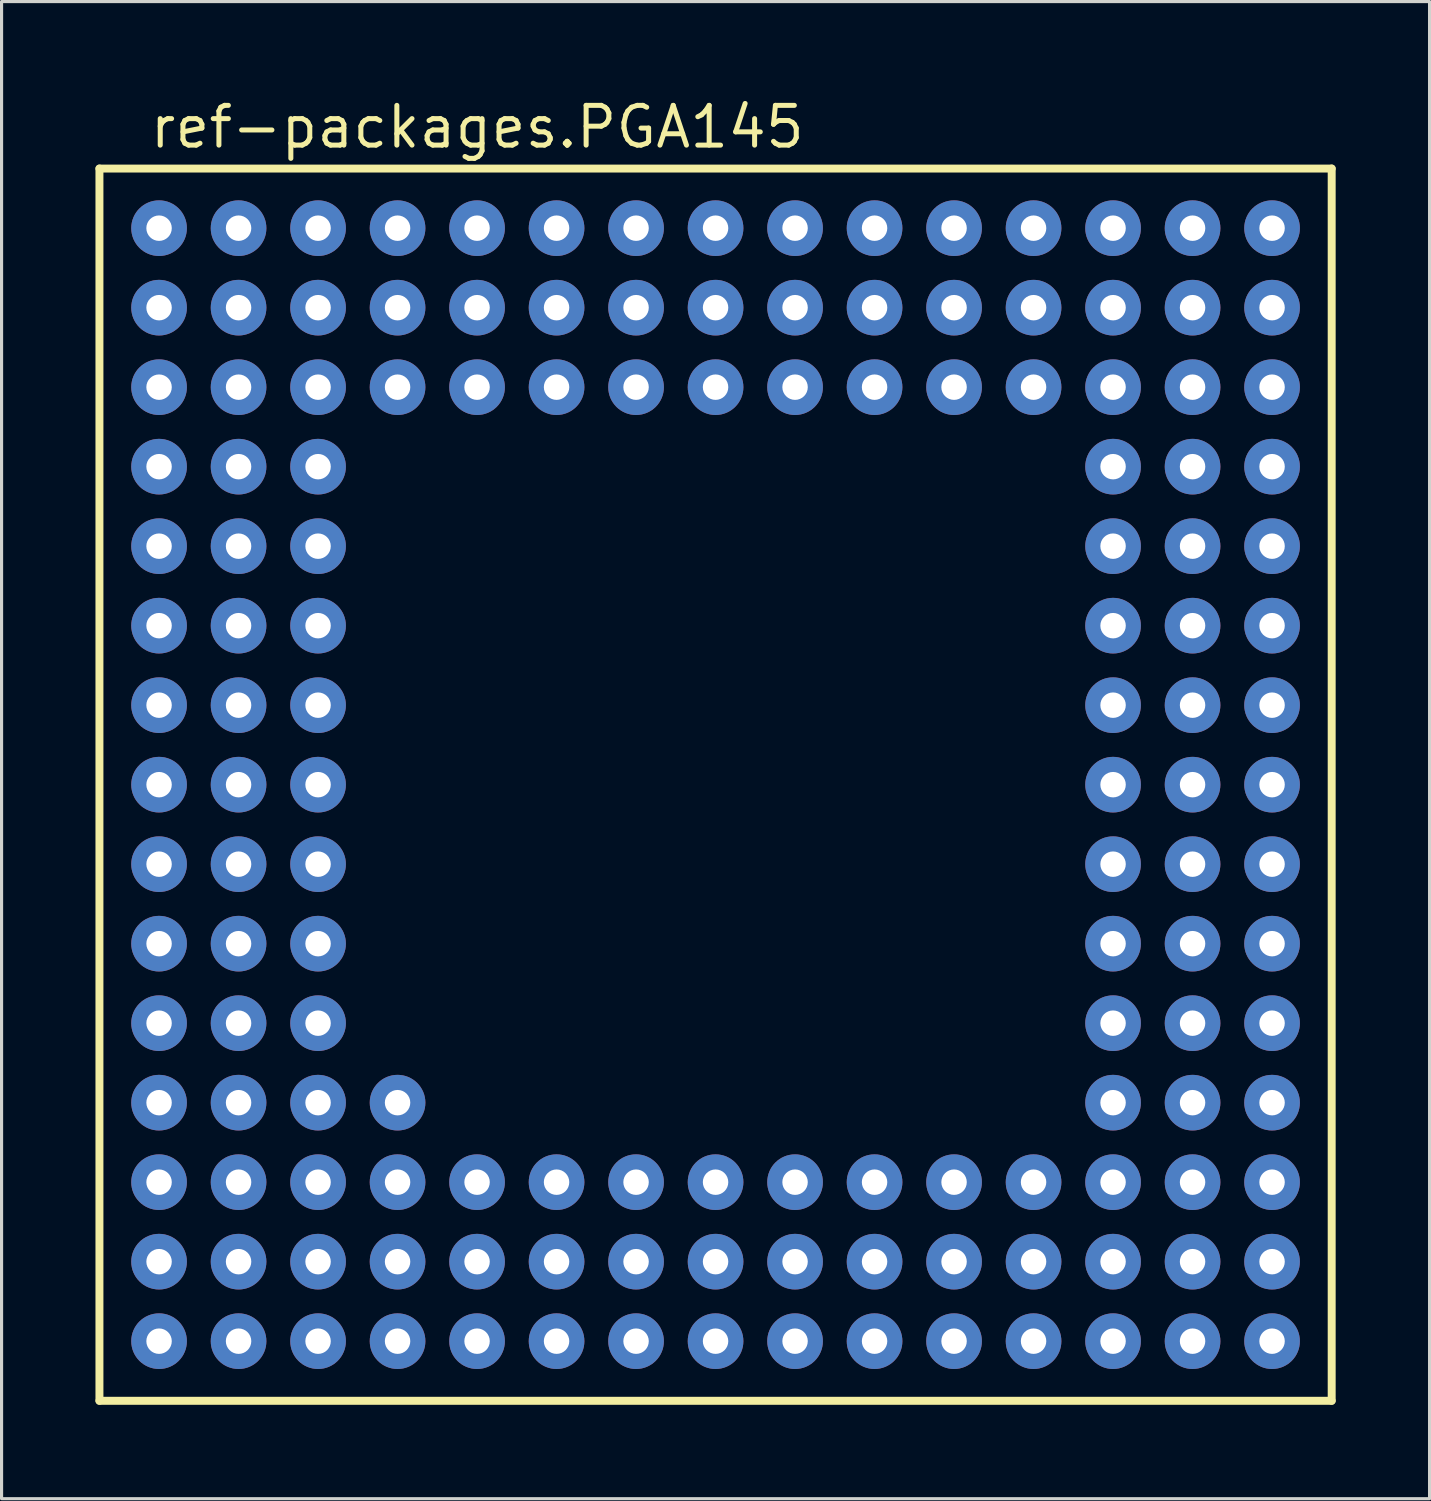
<source format=kicad_pcb>
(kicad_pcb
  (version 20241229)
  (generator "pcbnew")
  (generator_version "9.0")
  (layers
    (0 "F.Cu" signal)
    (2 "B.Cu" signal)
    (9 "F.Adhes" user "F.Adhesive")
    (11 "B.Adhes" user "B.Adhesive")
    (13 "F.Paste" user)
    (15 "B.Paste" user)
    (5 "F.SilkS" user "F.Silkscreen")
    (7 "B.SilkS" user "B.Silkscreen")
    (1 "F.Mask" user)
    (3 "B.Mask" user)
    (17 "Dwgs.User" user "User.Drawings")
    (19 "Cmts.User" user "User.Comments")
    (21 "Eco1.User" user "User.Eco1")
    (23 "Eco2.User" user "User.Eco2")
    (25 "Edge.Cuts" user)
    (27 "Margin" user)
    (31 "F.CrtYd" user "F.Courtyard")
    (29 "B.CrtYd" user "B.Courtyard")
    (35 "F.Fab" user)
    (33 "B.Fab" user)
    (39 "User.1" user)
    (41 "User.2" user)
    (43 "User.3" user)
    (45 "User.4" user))
  (footprint "ref-packages.PGA145"
    (layer "F.Cu")
    (at 19.812 22.02)
    (property "Reference" "ref-packages.PGA145" (at -18.15 -20.27 0) (layer "F.SilkS") (effects (font (size 1.27 1.27) (thickness 0.16)) (justify left bottom)))
    (attr through_hole)
    (fp_line (start -19.685 -19.685) (end 19.685 -19.685) (stroke (width 0.254) (type default)) (layer "F.SilkS"))
    (fp_line (start -19.685 19.685) (end -19.685 -19.685) (stroke (width 0.254) (type default)) (layer "F.SilkS"))
    (fp_line (start 19.685 -19.685) (end 19.685 19.685) (stroke (width 0.254) (type default)) (layer "F.SilkS"))
    (fp_line (start 19.685 19.685) (end -19.685 19.685) (stroke (width 0.254) (type default)) (layer "F.SilkS"))
    (pad "A1" thru_hole circle (at -17.78 -17.78) (size 1.778 1.778) (drill 0.813) (layers "*.Cu" "*.Mask"))
    (pad "A2" thru_hole circle (at -15.24 -17.78) (size 1.778 1.778) (drill 0.813) (layers "*.Cu" "*.Mask"))
    (pad "A3" thru_hole circle (at -12.7 -17.78) (size 1.778 1.778) (drill 0.813) (layers "*.Cu" "*.Mask"))
    (pad "A4" thru_hole circle (at -10.16 -17.78) (size 1.778 1.778) (drill 0.813) (layers "*.Cu" "*.Mask"))
    (pad "A5" thru_hole circle (at -7.62 -17.78) (size 1.778 1.778) (drill 0.813) (layers "*.Cu" "*.Mask"))
    (pad "A6" thru_hole circle (at -5.08 -17.78) (size 1.778 1.778) (drill 0.813) (layers "*.Cu" "*.Mask"))
    (pad "A7" thru_hole circle (at -2.54 -17.78) (size 1.778 1.778) (drill 0.813) (layers "*.Cu" "*.Mask"))
    (pad "A8" thru_hole circle (at 0 -17.78) (size 1.778 1.778) (drill 0.813) (layers "*.Cu" "*.Mask"))
    (pad "A9" thru_hole circle (at 2.54 -17.78) (size 1.778 1.778) (drill 0.813) (layers "*.Cu" "*.Mask"))
    (pad "A10" thru_hole circle (at 5.08 -17.78) (size 1.778 1.778) (drill 0.813) (layers "*.Cu" "*.Mask"))
    (pad "A11" thru_hole circle (at 7.62 -17.78) (size 1.778 1.778) (drill 0.813) (layers "*.Cu" "*.Mask"))
    (pad "A12" thru_hole circle (at 10.16 -17.78) (size 1.778 1.778) (drill 0.813) (layers "*.Cu" "*.Mask"))
    (pad "A13" thru_hole circle (at 12.7 -17.78) (size 1.778 1.778) (drill 0.813) (layers "*.Cu" "*.Mask"))
    (pad "A14" thru_hole circle (at 15.24 -17.78) (size 1.778 1.778) (drill 0.813) (layers "*.Cu" "*.Mask"))
    (pad "A15" thru_hole circle (at 17.78 -17.78) (size 1.778 1.778) (drill 0.813) (layers "*.Cu" "*.Mask"))
    (pad "B1" thru_hole circle (at -17.78 -15.24) (size 1.778 1.778) (drill 0.813) (layers "*.Cu" "*.Mask"))
    (pad "B2" thru_hole circle (at -15.24 -15.24) (size 1.778 1.778) (drill 0.813) (layers "*.Cu" "*.Mask"))
    (pad "B3" thru_hole circle (at -12.7 -15.24) (size 1.778 1.778) (drill 0.813) (layers "*.Cu" "*.Mask"))
    (pad "B4" thru_hole circle (at -10.16 -15.24) (size 1.778 1.778) (drill 0.813) (layers "*.Cu" "*.Mask"))
    (pad "B5" thru_hole circle (at -7.62 -15.24) (size 1.778 1.778) (drill 0.813) (layers "*.Cu" "*.Mask"))
    (pad "B6" thru_hole circle (at -5.08 -15.24) (size 1.778 1.778) (drill 0.813) (layers "*.Cu" "*.Mask"))
    (pad "B7" thru_hole circle (at -2.54 -15.24) (size 1.778 1.778) (drill 0.813) (layers "*.Cu" "*.Mask"))
    (pad "B8" thru_hole circle (at 0 -15.24) (size 1.778 1.778) (drill 0.813) (layers "*.Cu" "*.Mask"))
    (pad "B9" thru_hole circle (at 2.54 -15.24) (size 1.778 1.778) (drill 0.813) (layers "*.Cu" "*.Mask"))
    (pad "B10" thru_hole circle (at 5.08 -15.24) (size 1.778 1.778) (drill 0.813) (layers "*.Cu" "*.Mask"))
    (pad "B11" thru_hole circle (at 7.62 -15.24) (size 1.778 1.778) (drill 0.813) (layers "*.Cu" "*.Mask"))
    (pad "B12" thru_hole circle (at 10.16 -15.24) (size 1.778 1.778) (drill 0.813) (layers "*.Cu" "*.Mask"))
    (pad "B13" thru_hole circle (at 12.7 -15.24) (size 1.778 1.778) (drill 0.813) (layers "*.Cu" "*.Mask"))
    (pad "B14" thru_hole circle (at 15.24 -15.24) (size 1.778 1.778) (drill 0.813) (layers "*.Cu" "*.Mask"))
    (pad "B15" thru_hole circle (at 17.78 -15.24) (size 1.778 1.778) (drill 0.813) (layers "*.Cu" "*.Mask"))
    (pad "C1" thru_hole circle (at -17.78 -12.7) (size 1.778 1.778) (drill 0.813) (layers "*.Cu" "*.Mask"))
    (pad "C2" thru_hole circle (at -15.24 -12.7) (size 1.778 1.778) (drill 0.813) (layers "*.Cu" "*.Mask"))
    (pad "C3" thru_hole circle (at -12.7 -12.7) (size 1.778 1.778) (drill 0.813) (layers "*.Cu" "*.Mask"))
    (pad "C4" thru_hole circle (at -10.16 -12.7) (size 1.778 1.778) (drill 0.813) (layers "*.Cu" "*.Mask"))
    (pad "C5" thru_hole circle (at -7.62 -12.7) (size 1.778 1.778) (drill 0.813) (layers "*.Cu" "*.Mask"))
    (pad "C6" thru_hole circle (at -5.08 -12.7) (size 1.778 1.778) (drill 0.813) (layers "*.Cu" "*.Mask"))
    (pad "C7" thru_hole circle (at -2.54 -12.7) (size 1.778 1.778) (drill 0.813) (layers "*.Cu" "*.Mask"))
    (pad "C8" thru_hole circle (at 0 -12.7) (size 1.778 1.778) (drill 0.813) (layers "*.Cu" "*.Mask"))
    (pad "C9" thru_hole circle (at 2.54 -12.7) (size 1.778 1.778) (drill 0.813) (layers "*.Cu" "*.Mask"))
    (pad "C10" thru_hole circle (at 5.08 -12.7) (size 1.778 1.778) (drill 0.813) (layers "*.Cu" "*.Mask"))
    (pad "C11" thru_hole circle (at 7.62 -12.7) (size 1.778 1.778) (drill 0.813) (layers "*.Cu" "*.Mask"))
    (pad "C12" thru_hole circle (at 10.16 -12.7) (size 1.778 1.778) (drill 0.813) (layers "*.Cu" "*.Mask"))
    (pad "C13" thru_hole circle (at 12.7 -12.7) (size 1.778 1.778) (drill 0.813) (layers "*.Cu" "*.Mask"))
    (pad "C14" thru_hole circle (at 15.24 -12.7) (size 1.778 1.778) (drill 0.813) (layers "*.Cu" "*.Mask"))
    (pad "C15" thru_hole circle (at 17.78 -12.7) (size 1.778 1.778) (drill 0.813) (layers "*.Cu" "*.Mask"))
    (pad "D1" thru_hole circle (at -17.78 -10.16) (size 1.778 1.778) (drill 0.813) (layers "*.Cu" "*.Mask"))
    (pad "D2" thru_hole circle (at -15.24 -10.16) (size 1.778 1.778) (drill 0.813) (layers "*.Cu" "*.Mask"))
    (pad "D3" thru_hole circle (at -12.7 -10.16) (size 1.778 1.778) (drill 0.813) (layers "*.Cu" "*.Mask"))
    (pad "D13" thru_hole circle (at 12.7 -10.16) (size 1.778 1.778) (drill 0.813) (layers "*.Cu" "*.Mask"))
    (pad "D14" thru_hole circle (at 15.24 -10.16) (size 1.778 1.778) (drill 0.813) (layers "*.Cu" "*.Mask"))
    (pad "D15" thru_hole circle (at 17.78 -10.16) (size 1.778 1.778) (drill 0.813) (layers "*.Cu" "*.Mask"))
    (pad "E1" thru_hole circle (at -17.78 -7.62) (size 1.778 1.778) (drill 0.813) (layers "*.Cu" "*.Mask"))
    (pad "E2" thru_hole circle (at -15.24 -7.62) (size 1.778 1.778) (drill 0.813) (layers "*.Cu" "*.Mask"))
    (pad "E3" thru_hole circle (at -12.7 -7.62) (size 1.778 1.778) (drill 0.813) (layers "*.Cu" "*.Mask"))
    (pad "E13" thru_hole circle (at 12.7 -7.62) (size 1.778 1.778) (drill 0.813) (layers "*.Cu" "*.Mask"))
    (pad "E14" thru_hole circle (at 15.24 -7.62) (size 1.778 1.778) (drill 0.813) (layers "*.Cu" "*.Mask"))
    (pad "E15" thru_hole circle (at 17.78 -7.62) (size 1.778 1.778) (drill 0.813) (layers "*.Cu" "*.Mask"))
    (pad "F1" thru_hole circle (at -17.78 -5.08) (size 1.778 1.778) (drill 0.813) (layers "*.Cu" "*.Mask"))
    (pad "F2" thru_hole circle (at -15.24 -5.08) (size 1.778 1.778) (drill 0.813) (layers "*.Cu" "*.Mask"))
    (pad "F3" thru_hole circle (at -12.7 -5.08) (size 1.778 1.778) (drill 0.813) (layers "*.Cu" "*.Mask"))
    (pad "F13" thru_hole circle (at 12.7 -5.08) (size 1.778 1.778) (drill 0.813) (layers "*.Cu" "*.Mask"))
    (pad "F14" thru_hole circle (at 15.24 -5.08) (size 1.778 1.778) (drill 0.813) (layers "*.Cu" "*.Mask"))
    (pad "F15" thru_hole circle (at 17.78 -5.08) (size 1.778 1.778) (drill 0.813) (layers "*.Cu" "*.Mask"))
    (pad "G1" thru_hole circle (at -17.78 -2.54) (size 1.778 1.778) (drill 0.813) (layers "*.Cu" "*.Mask"))
    (pad "G2" thru_hole circle (at -15.24 -2.54) (size 1.778 1.778) (drill 0.813) (layers "*.Cu" "*.Mask"))
    (pad "G3" thru_hole circle (at -12.7 -2.54) (size 1.778 1.778) (drill 0.813) (layers "*.Cu" "*.Mask"))
    (pad "G13" thru_hole circle (at 12.7 -2.54) (size 1.778 1.778) (drill 0.813) (layers "*.Cu" "*.Mask"))
    (pad "G14" thru_hole circle (at 15.24 -2.54) (size 1.778 1.778) (drill 0.813) (layers "*.Cu" "*.Mask"))
    (pad "G15" thru_hole circle (at 17.78 -2.54) (size 1.778 1.778) (drill 0.813) (layers "*.Cu" "*.Mask"))
    (pad "H1" thru_hole circle (at -17.78 0) (size 1.778 1.778) (drill 0.813) (layers "*.Cu" "*.Mask"))
    (pad "H2" thru_hole circle (at -15.24 0) (size 1.778 1.778) (drill 0.813) (layers "*.Cu" "*.Mask"))
    (pad "H3" thru_hole circle (at -12.7 0) (size 1.778 1.778) (drill 0.813) (layers "*.Cu" "*.Mask"))
    (pad "H13" thru_hole circle (at 12.7 0) (size 1.778 1.778) (drill 0.813) (layers "*.Cu" "*.Mask"))
    (pad "H14" thru_hole circle (at 15.24 0) (size 1.778 1.778) (drill 0.813) (layers "*.Cu" "*.Mask"))
    (pad "H15" thru_hole circle (at 17.78 0) (size 1.778 1.778) (drill 0.813) (layers "*.Cu" "*.Mask"))
    (pad "J1" thru_hole circle (at -17.78 2.54) (size 1.778 1.778) (drill 0.813) (layers "*.Cu" "*.Mask"))
    (pad "J2" thru_hole circle (at -15.24 2.54) (size 1.778 1.778) (drill 0.813) (layers "*.Cu" "*.Mask"))
    (pad "J3" thru_hole circle (at -12.7 2.54) (size 1.778 1.778) (drill 0.813) (layers "*.Cu" "*.Mask"))
    (pad "J13" thru_hole circle (at 12.7 2.54) (size 1.778 1.778) (drill 0.813) (layers "*.Cu" "*.Mask"))
    (pad "J14" thru_hole circle (at 15.24 2.54) (size 1.778 1.778) (drill 0.813) (layers "*.Cu" "*.Mask"))
    (pad "J15" thru_hole circle (at 17.78 2.54) (size 1.778 1.778) (drill 0.813) (layers "*.Cu" "*.Mask"))
    (pad "K1" thru_hole circle (at -17.78 5.08) (size 1.778 1.778) (drill 0.813) (layers "*.Cu" "*.Mask"))
    (pad "K2" thru_hole circle (at -15.24 5.08) (size 1.778 1.778) (drill 0.813) (layers "*.Cu" "*.Mask"))
    (pad "K3" thru_hole circle (at -12.7 5.08) (size 1.778 1.778) (drill 0.813) (layers "*.Cu" "*.Mask"))
    (pad "K13" thru_hole circle (at 12.7 5.08) (size 1.778 1.778) (drill 0.813) (layers "*.Cu" "*.Mask"))
    (pad "K14" thru_hole circle (at 15.24 5.08) (size 1.778 1.778) (drill 0.813) (layers "*.Cu" "*.Mask"))
    (pad "K15" thru_hole circle (at 17.78 5.08) (size 1.778 1.778) (drill 0.813) (layers "*.Cu" "*.Mask"))
    (pad "L1" thru_hole circle (at -17.78 7.62) (size 1.778 1.778) (drill 0.813) (layers "*.Cu" "*.Mask"))
    (pad "L2" thru_hole circle (at -15.24 7.62) (size 1.778 1.778) (drill 0.813) (layers "*.Cu" "*.Mask"))
    (pad "L3" thru_hole circle (at -12.7 7.62) (size 1.778 1.778) (drill 0.813) (layers "*.Cu" "*.Mask"))
    (pad "L13" thru_hole circle (at 12.7 7.62) (size 1.778 1.778) (drill 0.813) (layers "*.Cu" "*.Mask"))
    (pad "L14" thru_hole circle (at 15.24 7.62) (size 1.778 1.778) (drill 0.813) (layers "*.Cu" "*.Mask"))
    (pad "L15" thru_hole circle (at 17.78 7.62) (size 1.778 1.778) (drill 0.813) (layers "*.Cu" "*.Mask"))
    (pad "M1" thru_hole circle (at -17.78 10.16) (size 1.778 1.778) (drill 0.813) (layers "*.Cu" "*.Mask"))
    (pad "M2" thru_hole circle (at -15.24 10.16) (size 1.778 1.778) (drill 0.813) (layers "*.Cu" "*.Mask"))
    (pad "M3" thru_hole circle (at -12.7 10.16) (size 1.778 1.778) (drill 0.813) (layers "*.Cu" "*.Mask"))
    (pad "M4" thru_hole circle (at -10.16 10.16) (size 1.778 1.778) (drill 0.813) (layers "*.Cu" "*.Mask"))
    (pad "M13" thru_hole circle (at 12.7 10.16) (size 1.778 1.778) (drill 0.813) (layers "*.Cu" "*.Mask"))
    (pad "M14" thru_hole circle (at 15.24 10.16) (size 1.778 1.778) (drill 0.813) (layers "*.Cu" "*.Mask"))
    (pad "M15" thru_hole circle (at 17.78 10.16) (size 1.778 1.778) (drill 0.813) (layers "*.Cu" "*.Mask"))
    (pad "N1" thru_hole circle (at -17.78 12.7) (size 1.778 1.778) (drill 0.813) (layers "*.Cu" "*.Mask"))
    (pad "N2" thru_hole circle (at -15.24 12.7) (size 1.778 1.778) (drill 0.813) (layers "*.Cu" "*.Mask"))
    (pad "N3" thru_hole circle (at -12.7 12.7) (size 1.778 1.778) (drill 0.813) (layers "*.Cu" "*.Mask"))
    (pad "N4" thru_hole circle (at -10.16 12.7) (size 1.778 1.778) (drill 0.813) (layers "*.Cu" "*.Mask"))
    (pad "N5" thru_hole circle (at -7.62 12.7) (size 1.778 1.778) (drill 0.813) (layers "*.Cu" "*.Mask"))
    (pad "N6" thru_hole circle (at -5.08 12.7) (size 1.778 1.778) (drill 0.813) (layers "*.Cu" "*.Mask"))
    (pad "N7" thru_hole circle (at -2.54 12.7) (size 1.778 1.778) (drill 0.813) (layers "*.Cu" "*.Mask"))
    (pad "N8" thru_hole circle (at 0 12.7) (size 1.778 1.778) (drill 0.813) (layers "*.Cu" "*.Mask"))
    (pad "N9" thru_hole circle (at 2.54 12.7) (size 1.778 1.778) (drill 0.813) (layers "*.Cu" "*.Mask"))
    (pad "N10" thru_hole circle (at 5.08 12.7) (size 1.778 1.778) (drill 0.813) (layers "*.Cu" "*.Mask"))
    (pad "N11" thru_hole circle (at 7.62 12.7) (size 1.778 1.778) (drill 0.813) (layers "*.Cu" "*.Mask"))
    (pad "N12" thru_hole circle (at 10.16 12.7) (size 1.778 1.778) (drill 0.813) (layers "*.Cu" "*.Mask"))
    (pad "N13" thru_hole circle (at 12.7 12.7) (size 1.778 1.778) (drill 0.813) (layers "*.Cu" "*.Mask"))
    (pad "N14" thru_hole circle (at 15.24 12.7) (size 1.778 1.778) (drill 0.813) (layers "*.Cu" "*.Mask"))
    (pad "N15" thru_hole circle (at 17.78 12.7) (size 1.778 1.778) (drill 0.813) (layers "*.Cu" "*.Mask"))
    (pad "P1" thru_hole circle (at -17.78 15.24) (size 1.778 1.778) (drill 0.813) (layers "*.Cu" "*.Mask"))
    (pad "P2" thru_hole circle (at -15.24 15.24) (size 1.778 1.778) (drill 0.813) (layers "*.Cu" "*.Mask"))
    (pad "P3" thru_hole circle (at -12.7 15.24) (size 1.778 1.778) (drill 0.813) (layers "*.Cu" "*.Mask"))
    (pad "P4" thru_hole circle (at -10.16 15.24) (size 1.778 1.778) (drill 0.813) (layers "*.Cu" "*.Mask"))
    (pad "P5" thru_hole circle (at -7.62 15.24) (size 1.778 1.778) (drill 0.813) (layers "*.Cu" "*.Mask"))
    (pad "P6" thru_hole circle (at -5.08 15.24) (size 1.778 1.778) (drill 0.813) (layers "*.Cu" "*.Mask"))
    (pad "P7" thru_hole circle (at -2.54 15.24) (size 1.778 1.778) (drill 0.813) (layers "*.Cu" "*.Mask"))
    (pad "P8" thru_hole circle (at 0 15.24) (size 1.778 1.778) (drill 0.813) (layers "*.Cu" "*.Mask"))
    (pad "P9" thru_hole circle (at 2.54 15.24) (size 1.778 1.778) (drill 0.813) (layers "*.Cu" "*.Mask"))
    (pad "P10" thru_hole circle (at 5.08 15.24) (size 1.778 1.778) (drill 0.813) (layers "*.Cu" "*.Mask"))
    (pad "P11" thru_hole circle (at 7.62 15.24) (size 1.778 1.778) (drill 0.813) (layers "*.Cu" "*.Mask"))
    (pad "P12" thru_hole circle (at 10.16 15.24) (size 1.778 1.778) (drill 0.813) (layers "*.Cu" "*.Mask"))
    (pad "P13" thru_hole circle (at 12.7 15.24) (size 1.778 1.778) (drill 0.813) (layers "*.Cu" "*.Mask"))
    (pad "P14" thru_hole circle (at 15.24 15.24) (size 1.778 1.778) (drill 0.813) (layers "*.Cu" "*.Mask"))
    (pad "P15" thru_hole circle (at 17.78 15.24) (size 1.778 1.778) (drill 0.813) (layers "*.Cu" "*.Mask"))
    (pad "R1" thru_hole circle (at -17.78 17.78) (size 1.778 1.778) (drill 0.813) (layers "*.Cu" "*.Mask"))
    (pad "R2" thru_hole circle (at -15.24 17.78) (size 1.778 1.778) (drill 0.813) (layers "*.Cu" "*.Mask"))
    (pad "R3" thru_hole circle (at -12.7 17.78) (size 1.778 1.778) (drill 0.813) (layers "*.Cu" "*.Mask"))
    (pad "R4" thru_hole circle (at -10.16 17.78) (size 1.778 1.778) (drill 0.813) (layers "*.Cu" "*.Mask"))
    (pad "R5" thru_hole circle (at -7.62 17.78) (size 1.778 1.778) (drill 0.813) (layers "*.Cu" "*.Mask"))
    (pad "R6" thru_hole circle (at -5.08 17.78) (size 1.778 1.778) (drill 0.813) (layers "*.Cu" "*.Mask"))
    (pad "R7" thru_hole circle (at -2.54 17.78) (size 1.778 1.778) (drill 0.813) (layers "*.Cu" "*.Mask"))
    (pad "R8" thru_hole circle (at 0 17.78) (size 1.778 1.778) (drill 0.813) (layers "*.Cu" "*.Mask"))
    (pad "R9" thru_hole circle (at 2.54 17.78) (size 1.778 1.778) (drill 0.813) (layers "*.Cu" "*.Mask"))
    (pad "R10" thru_hole circle (at 5.08 17.78) (size 1.778 1.778) (drill 0.813) (layers "*.Cu" "*.Mask"))
    (pad "R11" thru_hole circle (at 7.62 17.78) (size 1.778 1.778) (drill 0.813) (layers "*.Cu" "*.Mask"))
    (pad "R12" thru_hole circle (at 10.16 17.78) (size 1.778 1.778) (drill 0.813) (layers "*.Cu" "*.Mask"))
    (pad "R13" thru_hole circle (at 12.7 17.78) (size 1.778 1.778) (drill 0.813) (layers "*.Cu" "*.Mask"))
    (pad "R14" thru_hole circle (at 15.24 17.78) (size 1.778 1.778) (drill 0.813) (layers "*.Cu" "*.Mask"))
    (pad "R15" thru_hole circle (at 17.78 17.78) (size 1.778 1.778) (drill 0.813) (layers "*.Cu" "*.Mask")))
  (gr_rect
    (start -3 -3)
    (end 42.624 44.832)
    (stroke (width 0.1) (type default))
    (fill no)
    (layer "Edge.Cuts")))
</source>
